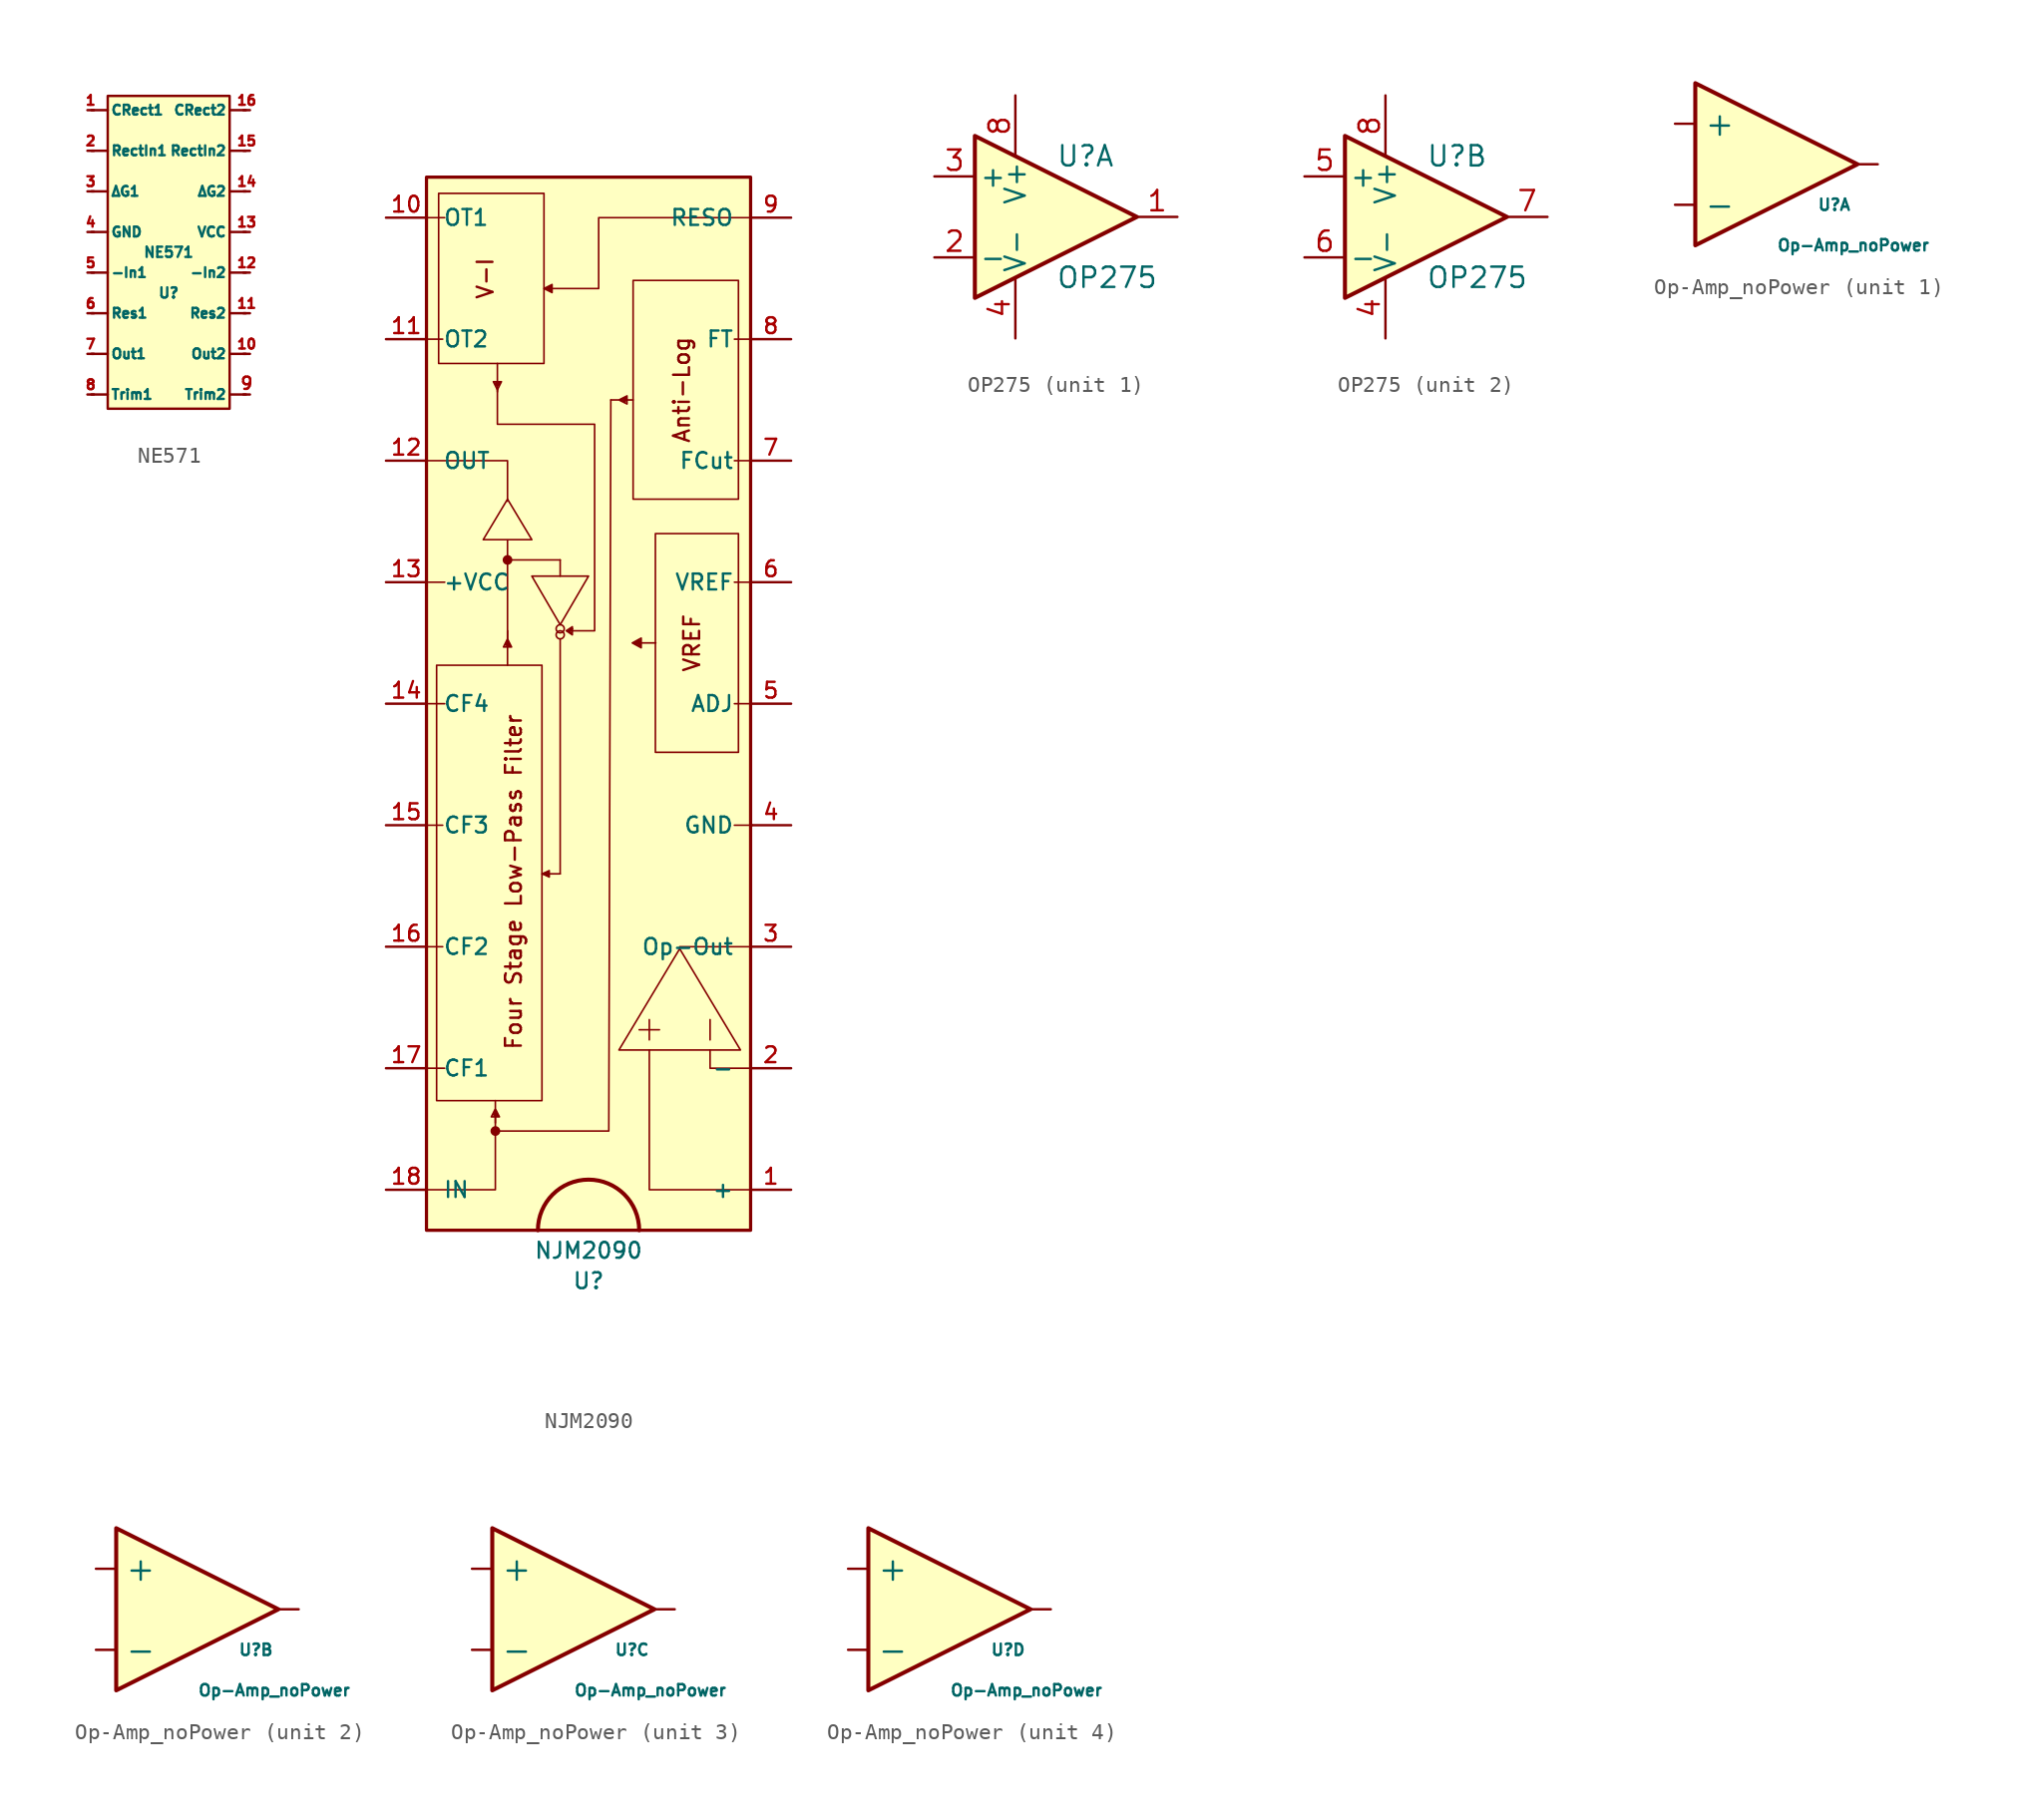
<source format=kicad_sym>
(kicad_symbol_lib
  (version 20220914)
  (generator kicad_symbol_editor)
  (symbol "NE571"
    (pin_names
      (offset 1.016))
    (property "Reference" "U"
      (at 0 -2.54 0)
      (effects (font (size 0.635 0.635))))
    (property "Value" "NE571"
      (at 0 0 0)
      (effects (font (size 0.635 0.635))))
    (symbol "NE571_0_1"
      (polyline (pts (xy -4.826 -8.89) (xy -3.81 -8.89)) (stroke (width 0) (type solid)) (fill (type none)))
      (polyline (pts (xy -4.826 -6.35) (xy -3.81 -6.35)) (stroke (width 0) (type solid)) (fill (type none)))
      (polyline (pts (xy -4.826 -3.81) (xy -3.81 -3.81)) (stroke (width 0) (type solid)) (fill (type none)))
      (polyline (pts (xy -4.826 -1.27) (xy -3.81 -1.27)) (stroke (width 0) (type solid)) (fill (type none)))
      (polyline (pts (xy -4.826 1.27) (xy -3.81 1.27)) (stroke (width 0) (type solid)) (fill (type none)))
      (polyline (pts (xy -4.826 3.81) (xy -3.81 3.81)) (stroke (width 0) (type solid)) (fill (type none)))
      (polyline (pts (xy -4.826 6.35) (xy -3.81 6.35)) (stroke (width 0) (type solid)) (fill (type none)))
      (polyline (pts (xy -4.826 8.89) (xy -3.81 8.89)) (stroke (width 0) (type solid)) (fill (type none)))
      (polyline (pts (xy 4.826 -8.89) (xy 3.81 -8.89)) (stroke (width 0) (type solid)) (fill (type none)))
      (polyline (pts (xy 4.826 -6.35) (xy 3.81 -6.35)) (stroke (width 0) (type solid)) (fill (type none)))
      (polyline (pts (xy 4.826 -3.81) (xy 3.81 -3.81)) (stroke (width 0) (type solid)) (fill (type none)))
      (polyline (pts (xy 4.826 -1.27) (xy 3.81 -1.27)) (stroke (width 0) (type solid)) (fill (type none)))
      (polyline (pts (xy 4.826 1.27) (xy 3.81 1.27)) (stroke (width 0) (type solid)) (fill (type none)))
      (polyline (pts (xy 4.826 3.81) (xy 3.81 3.81)) (stroke (width 0) (type solid)) (fill (type none)))
      (polyline (pts (xy 4.826 6.35) (xy 3.81 6.35)) (stroke (width 0) (type solid)) (fill (type none)))
      (polyline (pts (xy 4.826 8.89) (xy 3.81 8.89)) (stroke (width 0) (type solid)) (fill (type none))))
    (symbol "NE571_1_0"
      (rectangle (start -3.81 -9.779) (end 3.81 9.779) (stroke (width 0) (type solid)) (fill (type background))))
    (symbol "NE571_1_1"
      (pin input line (at -5.08 8.89 0) (length 0.406) (name "CRect1" (effects (font (size 0.61 0.61)))) (number "1" (effects (font (size 0.61 0.61)))))
      (pin output line (at 5.08 -6.35 180) (length 0.406) (name "Out2" (effects (font (size 0.61 0.61)))) (number "10" (effects (font (size 0.61 0.61)))))
      (pin input line (at 5.08 -3.81 180) (length 0.406) (name "Res2" (effects (font (size 0.61 0.61)))) (number "11" (effects (font (size 0.61 0.61)))))
      (pin input line (at 5.08 -1.27 180) (length 0.406) (name "-In2" (effects (font (size 0.61 0.61)))) (number "12" (effects (font (size 0.61 0.61)))))
      (pin power_in line (at 5.08 1.27 180) (length 0.406) (name "VCC" (effects (font (size 0.61 0.61)))) (number "13" (effects (font (size 0.61 0.61)))))
      (pin input line (at 5.08 3.81 180) (length 0.406) (name "ΔG2" (effects (font (size 0.61 0.61)))) (number "14" (effects (font (size 0.61 0.61)))))
      (pin input line (at 5.08 6.35 180) (length 0.406) (name "RectIn2" (effects (font (size 0.61 0.61)))) (number "15" (effects (font (size 0.61 0.61)))))
      (pin input line (at 5.08 8.89 180) (length 0.406) (name "CRect2" (effects (font (size 0.61 0.61)))) (number "16" (effects (font (size 0.61 0.61)))))
      (pin input line (at -5.08 6.35 0) (length 0.406) (name "RectIn1" (effects (font (size 0.61 0.61)))) (number "2" (effects (font (size 0.61 0.61)))))
      (pin input line (at -5.08 3.81 0) (length 0.406) (name "ΔG1" (effects (font (size 0.61 0.61)))) (number "3" (effects (font (size 0.61 0.61)))))
      (pin power_in line (at -5.08 1.27 0) (length 0.406) (name "GND" (effects (font (size 0.61 0.61)))) (number "4" (effects (font (size 0.61 0.61)))))
      (pin input line (at -5.08 -1.27 0) (length 0.406) (name "-In1" (effects (font (size 0.61 0.61)))) (number "5" (effects (font (size 0.61 0.61)))))
      (pin input line (at -5.08 -3.81 0) (length 0.406) (name "Res1" (effects (font (size 0.61 0.61)))) (number "6" (effects (font (size 0.61 0.61)))))
      (pin output line (at -5.08 -6.35 0) (length 0.406) (name "Out1" (effects (font (size 0.61 0.61)))) (number "7" (effects (font (size 0.61 0.61)))))
      (pin input line (at -5.08 -8.89 0) (length 0.406) (name "Trim1" (effects (font (size 0.61 0.61)))) (number "8" (effects (font (size 0.61 0.61)))))
      (pin input line (at 5.08 -8.89 180) (length 0.406) (name "Trim2" (effects (font (size 0.61 0.61)))) (number "9" (effects (font (size 0.762 0.762)))))))
  (symbol "NJM2090"
    (pin_names
      (offset 1.016))
    (property "Reference" "U"
      (at 0 -36.195 0)
      (effects (font (size 0.991 0.991))))
    (property "Value" "NJM2090"
      (at 0 -34.29 0)
      (effects (font (size 0.991 0.991))))
    (symbol "NJM2090_0_0"
      (circle (center -5.842 -26.797) (radius 0.254) (stroke (width 0.102) (type solid)) (fill (type outline)))
      (circle (center -5.08 9.017) (radius 0.254) (stroke (width 0.102) (type solid)) (fill (type outline)))
      (circle (center -1.778 4.318) (radius 0.254) (stroke (width 0.102) (type solid)) (fill (type none)))
      (circle (center -1.778 4.699) (radius 0.254) (stroke (width 0.102) (type solid)) (fill (type none)))
      (rectangle (start -1.778 8.001) (end -1.778 9.017) (stroke (width 0.102) (type solid)) (fill (type none)))
      (polyline (pts (xy -10.16 -22.86) (xy -9.017 -22.86)) (stroke (width 0.102) (type solid)) (fill (type none)))
      (polyline (pts (xy -10.16 -15.24) (xy -9.144 -15.24)) (stroke (width 0.102) (type solid)) (fill (type none)))
      (polyline (pts (xy -10.16 -7.62) (xy -9.144 -7.62)) (stroke (width 0.102) (type solid)) (fill (type none)))
      (polyline (pts (xy -10.16 22.86) (xy -9.144 22.86)) (stroke (width 0.102) (type solid)) (fill (type none)))
      (polyline (pts (xy -10.16 30.48) (xy -9.017 30.48)) (stroke (width 0.102) (type solid)) (fill (type none)))
      (polyline (pts (xy -10.033 0) (xy -9.017 0)) (stroke (width 0.102) (type solid)) (fill (type none)))
      (polyline (pts (xy -10.033 7.62) (xy -9.017 7.62)) (stroke (width 0.102) (type solid)) (fill (type none)))
      (polyline (pts (xy -1.778 4.064) (xy -1.778 -10.668)) (stroke (width 0.102) (type solid)) (fill (type none)))
      (polyline (pts (xy -1.778 9.017) (xy -5.08 9.017)) (stroke (width 0.102) (type solid)) (fill (type none)))
      (polyline (pts (xy 10.16 0) (xy 9.144 0)) (stroke (width 0.102) (type solid)) (fill (type none)))
      (polyline (pts (xy 10.16 15.24) (xy 9.144 15.24)) (stroke (width 0.102) (type solid)) (fill (type none)))
      (polyline (pts (xy 10.16 22.86) (xy 9.144 22.86)) (stroke (width 0.102) (type solid)) (fill (type none)))
      (polyline (pts (xy 10.287 -7.62) (xy 9.144 -7.62)) (stroke (width 0.102) (type solid)) (fill (type none)))
      (polyline (pts (xy 10.287 7.62) (xy 9.144 7.62)) (stroke (width 0.102) (type solid)) (fill (type none)))
      (polyline (pts (xy -10.16 -30.48) (xy -5.842 -30.48) (xy -5.842 -26.797)) (stroke (width 0.102) (type solid)) (fill (type none)))
      (polyline (pts (xy -1.016 4.572) (xy -1.143 4.699) (xy -1.016 4.699)) (stroke (width 0.102) (type solid)) (fill (type none)))
      (polyline (pts (xy -2.87 -10.668) (xy -2.464 -10.871) (xy -2.464 -10.465) (xy -2.87 -10.668)) (stroke (width 0.102) (type solid)) (fill (type none)))
      (polyline (pts (xy -1.778 4.953) (xy -3.556 8.001) (xy 0 8.001) (xy -1.778 4.953)) (stroke (width 0.102) (type solid)) (fill (type none)))
      (polyline (pts (xy 1.397 19.05) (xy 1.27 -26.797) (xy -5.842 -26.797) (xy -5.842 -25.654)) (stroke (width 0.102) (type solid)) (fill (type none)))
      (polyline (pts (xy -1.778 -10.668) (xy -2.921 -10.668) (xy -2.54 -10.795) (xy -2.54 -10.541) (xy -2.921 -10.668)) (stroke (width 0.102) (type solid)) (fill (type none)))
      (polyline (pts (xy -5.715 19.812) (xy -5.715 17.526) (xy 0.381 17.526) (xy 0.381 4.572) (xy -1.27 4.572) (xy -1.016 4.699)) (stroke (width 0.102) (type solid)) (fill (type none)))
      (polyline (pts (xy -5.08 3.683) (xy -5.08 10.287) (xy -6.604 10.287) (xy -5.08 12.827) (xy -3.556 10.287) (xy -5.08 10.287)) (stroke (width 0.102) (type solid)) (fill (type none)))
      (polyline (pts (xy -1.397 4.572) (xy -1.016 4.318) (xy -1.016 4.826) (xy -1.397 4.572) (xy -1.016 4.445) (xy -1.016 4.699)) (stroke (width 0.102) (type solid)) (fill (type none)))
      (polyline (pts (xy 4.216 3.81) (xy 2.743 3.81) (xy 3.302 3.505) (xy 3.302 4.064) (xy 3.302 4.115) (xy 2.743 3.81) (xy 3.2 3.607) (xy 3.251 3.962) (xy 2.997 3.861) (xy 3.2 3.708) (xy 3.15 3.912) (xy 3.048 3.708) (xy 2.997 3.81)) (stroke (width 0.102) (type solid)) (fill (type none)))
      (rectangle (start 9.398 -3.048) (end 4.191 10.668) (stroke (width 0.102) (type solid)) (fill (type none)))
      (text "Anti-Log" (at 5.842 19.685 900) (effects (font (size 0.991 0.991))))
      (text "Four Stage Low-Pass Filter" (at -4.699 -11.176 900) (effects (font (size 0.991 0.991))))
      (text "V-I" (at -6.477 26.67 900) (effects (font (size 0.991 0.991))))
      (text "VREF" (at 6.477 3.81 900) (effects (font (size 0.991 0.991)))))
    (symbol "NJM2090_0_1"
      (rectangle (start -9.525 2.413) (end -2.921 -24.892) (stroke (width 0.102) (type solid)) (fill (type none)))
      (rectangle (start -9.398 32.004) (end -2.794 21.336) (stroke (width 0.102) (type solid)) (fill (type none)))
      (polyline (pts (xy -5.715 21.336) (xy -5.715 19.558)) (stroke (width 0.102) (type solid)) (fill (type none)))
      (polyline (pts (xy 3.81 -19.812) (xy 3.81 -21.082)) (stroke (width 0.102) (type solid)) (fill (type none)))
      (polyline (pts (xy 4.445 -20.447) (xy 3.175 -20.447)) (stroke (width 0.102) (type solid)) (fill (type none)))
      (polyline (pts (xy 7.62 -19.812) (xy 7.62 -21.082)) (stroke (width 0.102) (type solid)) (fill (type none)))
      (polyline (pts (xy 10.16 -15.24) (xy 5.715 -15.24)) (stroke (width 0.102) (type solid)) (fill (type none)))
      (polyline (pts (xy -5.08 12.7) (xy -5.08 15.24) (xy -10.16 15.24)) (stroke (width 0.102) (type solid)) (fill (type none)))
      (polyline (pts (xy 7.62 -21.717) (xy 7.62 -22.86) (xy 10.16 -22.86)) (stroke (width 0.102) (type solid)) (fill (type none)))
      (polyline (pts (xy 10.287 -30.48) (xy 3.81 -30.48) (xy 3.81 -21.717)) (stroke (width 0.102) (type solid)) (fill (type none)))
      (polyline (pts (xy 10.16 30.48) (xy 0.635 30.48) (xy 0.635 26.035) (xy -2.54 26.035)) (stroke (width 0.102) (type solid)) (fill (type none)))
      (polyline (pts (xy 5.715 -21.717) (xy 9.525 -21.717) (xy 5.715 -15.367) (xy 1.905 -21.717) (xy 5.715 -21.717)) (stroke (width 0.102) (type solid)) (fill (type none)))
      (polyline (pts (xy -2.54 26.035) (xy -2.794 26.035) (xy -2.286 26.289) (xy -2.286 25.781) (xy -2.794 26.035) (xy -2.286 26.162) (xy -2.413 25.908) (xy -2.54 26.035) (xy -2.413 26.035) (xy -2.286 25.781)) (stroke (width 0.102) (type solid)) (fill (type none)))
      (polyline (pts (xy -5.842 -24.892) (xy -5.842 -26.289) (xy -5.842 -25.908) (xy -5.588 -25.908) (xy -5.842 -25.4) (xy -6.096 -25.908) (xy -5.842 -25.908) (xy -5.715 -25.781) (xy -5.842 -25.654) (xy -5.969 -25.781) (xy -5.588 -25.908) (xy -5.969 -25.908)) (stroke (width 0.102) (type solid)) (fill (type none)))
      (polyline (pts (xy -5.08 4.572) (xy -5.08 2.413) (xy -5.08 3.556) (xy -4.826 3.556) (xy -5.08 4.064) (xy -5.334 3.556) (xy -5.08 3.556) (xy -4.953 3.683) (xy -5.08 3.81) (xy -5.207 3.683) (xy -4.826 3.556) (xy -5.207 3.556)) (stroke (width 0.102) (type solid)) (fill (type none)))
      (polyline (pts (xy 1.397 19.05) (xy 2.794 19.05) (xy 2.413 19.05) (xy 2.413 19.304) (xy 1.905 19.05) (xy 2.413 18.796) (xy 2.413 19.05) (xy 2.286 19.177) (xy 2.159 19.05) (xy 2.286 18.923) (xy 2.413 19.304) (xy 2.413 18.923)) (stroke (width 0.102) (type solid)) (fill (type none)))
      (polyline (pts (xy -5.715 20.193) (xy -5.461 20.193) (xy -5.715 19.685) (xy -5.969 20.193) (xy -5.715 20.193) (xy -5.588 20.066) (xy -5.715 19.939) (xy -5.842 20.066) (xy -5.461 20.193) (xy -5.842 20.066) (xy -5.715 19.939) (xy -5.842 20.193) (xy -5.588 19.939)) (stroke (width 0.102) (type solid)) (fill (type none)))
      (arc (start 3.175 -33.02) (mid 0 -29.8588) (end -3.175 -33.02) (stroke (width 0.254) (type solid)) (fill (type none)))
      (rectangle (start 9.398 12.827) (end 2.794 26.543) (stroke (width 0.102) (type solid)) (fill (type none)))
      (rectangle (start 10.16 -33.02) (end -10.16 33.02) (stroke (width 0.203) (type solid)) (fill (type background))))
    (symbol "NJM2090_1_1"
      (pin input line (at 12.7 -30.48 180) (length 2.54) (name "+" (effects (font (size 0.991 0.991)))) (number "1" (effects (font (size 0.991 0.991)))))
      (pin unspecified line (at -12.7 30.48 0) (length 2.54) (name "OT1" (effects (font (size 0.991 0.991)))) (number "10" (effects (font (size 0.991 0.991)))))
      (pin unspecified line (at -12.7 22.86 0) (length 2.54) (name "OT2" (effects (font (size 0.991 0.991)))) (number "11" (effects (font (size 0.991 0.991)))))
      (pin output line (at -12.7 15.24 0) (length 2.54) (name "OUT" (effects (font (size 0.991 0.991)))) (number "12" (effects (font (size 0.991 0.991)))))
      (pin power_in line (at -12.7 7.62 0) (length 2.54) (name "+VCC" (effects (font (size 0.991 0.991)))) (number "13" (effects (font (size 0.991 0.991)))))
      (pin unspecified line (at -12.7 0 0) (length 2.54) (name "CF4" (effects (font (size 0.991 0.991)))) (number "14" (effects (font (size 0.991 0.991)))))
      (pin unspecified line (at -12.7 -7.62 0) (length 2.54) (name "CF3" (effects (font (size 0.991 0.991)))) (number "15" (effects (font (size 0.991 0.991)))))
      (pin unspecified line (at -12.7 -15.24 0) (length 2.54) (name "CF2" (effects (font (size 0.991 0.991)))) (number "16" (effects (font (size 0.991 0.991)))))
      (pin unspecified line (at -12.7 -22.86 0) (length 2.54) (name "CF1" (effects (font (size 0.991 0.991)))) (number "17" (effects (font (size 0.991 0.991)))))
      (pin input line (at -12.7 -30.48 0) (length 2.54) (name "IN" (effects (font (size 0.991 0.991)))) (number "18" (effects (font (size 0.991 0.991)))))
      (pin input line (at 12.7 -22.86 180) (length 2.54) (name "-" (effects (font (size 0.991 0.991)))) (number "2" (effects (font (size 0.991 0.991)))))
      (pin output line (at 12.7 -15.24 180) (length 2.54) (name "Op-Out" (effects (font (size 0.991 0.991)))) (number "3" (effects (font (size 0.991 0.991)))))
      (pin power_in line (at 12.7 -7.62 180) (length 2.54) (name "GND" (effects (font (size 0.991 0.991)))) (number "4" (effects (font (size 0.991 0.991)))))
      (pin unspecified line (at 12.7 0 180) (length 2.54) (name "ADJ" (effects (font (size 0.991 0.991)))) (number "5" (effects (font (size 0.991 0.991)))))
      (pin unspecified line (at 12.7 7.62 180) (length 2.54) (name "VREF" (effects (font (size 0.991 0.991)))) (number "6" (effects (font (size 0.991 0.991)))))
      (pin input line (at 12.7 15.24 180) (length 2.54) (name "FCut" (effects (font (size 0.991 0.991)))) (number "7" (effects (font (size 0.991 0.991)))))
      (pin input line (at 12.7 22.86 180) (length 2.54) (name "FT" (effects (font (size 0.991 0.991)))) (number "8" (effects (font (size 0.991 0.991)))))
      (pin input line (at 12.7 30.48 180) (length 2.54) (name "RESO" (effects (font (size 0.991 0.991)))) (number "9" (effects (font (size 0.991 0.991)))))))
  (symbol "OP275"
    (pin_names
      (offset 0.254))
    (property "Reference" "U"
      (at 0 3.81 0)
      (effects (font (size 1.27 1.27)) (justify left)))
    (property "Value" "OP275"
      (at 0 -3.81 0)
      (effects (font (size 1.27 1.27)) (justify left)))
    (symbol "OP275_0_1"
      (polyline (pts (xy -5.08 5.08) (xy 5.08 0) (xy -5.08 -5.08) (xy -5.08 5.08)) (stroke (width 0.254) (type solid)) (fill (type background)))
      (pin power_in line (at -2.54 -7.62 90) (length 3.81) (name "V-" (effects (font (size 1.27 1.27)))) (number "4" (effects (font (size 1.27 1.27)))))
      (pin power_in line (at -2.54 7.62 270) (length 3.81) (name "V+" (effects (font (size 1.27 1.27)))) (number "8" (effects (font (size 1.27 1.27))))))
    (symbol "OP275_1_1"
      (pin output line (at 7.62 0 180) (length 2.54) (name "~" (effects (font (size 1.27 1.27)))) (number "1" (effects (font (size 1.27 1.27)))))
      (pin input line (at -7.62 -2.54 0) (length 2.54) (name "-" (effects (font (size 1.27 1.27)))) (number "2" (effects (font (size 1.27 1.27)))))
      (pin input line (at -7.62 2.54 0) (length 2.54) (name "+" (effects (font (size 1.27 1.27)))) (number "3" (effects (font (size 1.27 1.27))))))
    (symbol "OP275_2_1"
      (pin input line (at -7.62 2.54 0) (length 2.54) (name "+" (effects (font (size 1.27 1.27)))) (number "5" (effects (font (size 1.27 1.27)))))
      (pin input line (at -7.62 -2.54 0) (length 2.54) (name "-" (effects (font (size 1.27 1.27)))) (number "6" (effects (font (size 1.27 1.27)))))
      (pin output line (at 7.62 0 180) (length 2.54) (name "~" (effects (font (size 1.27 1.27)))) (number "7" (effects (font (size 1.27 1.27)))))))
  (symbol "Op-Amp_noPower"
    (pin_numbers hide)
    (property "Reference" "U"
      (at 2.54 -2.54 0)
      (effects (font (size 0.711 0.711)) (justify left)))
    (property "Value" "Op-Amp_noPower"
      (at 0 -5.08 0)
      (effects (font (size 0.711 0.711)) (justify left)))
    (symbol "Op-Amp_noPower_0_1"
      (polyline (pts (xy -5.08 5.08) (xy 5.08 0) (xy -5.08 -5.08) (xy -5.08 5.08)) (stroke (width 0.254) (type solid)) (fill (type background))))
    (symbol "Op-Amp_noPower_1_1"
      (pin output line (at 6.35 0 180) (length 1.27) (name "~" (effects (font (size 0.991 0.991)))) (number "1" (effects (font (size 0.991 0.991)))))
      (pin input line (at -6.35 -2.54 0) (length 1.27) (name "-" (effects (font (size 1.499 1.499)))) (number "2" (effects (font (size 0.991 0.991)))))
      (pin input line (at -6.35 2.54 0) (length 1.27) (name "+" (effects (font (size 1.499 1.499)))) (number "3" (effects (font (size 0.991 0.991))))))
    (symbol "Op-Amp_noPower_2_1"
      (pin output line (at 6.35 0 180) (length 1.27) (name "~" (effects (font (size 0.991 0.991)))) (number "1" (effects (font (size 0.991 0.991)))))
      (pin input line (at -6.35 -2.54 0) (length 1.27) (name "-" (effects (font (size 1.499 1.499)))) (number "2" (effects (font (size 0.991 0.991)))))
      (pin input line (at -6.35 2.54 0) (length 1.27) (name "+" (effects (font (size 1.499 1.499)))) (number "3" (effects (font (size 0.991 0.991))))))
    (symbol "Op-Amp_noPower_3_1"
      (pin output line (at 6.35 0 180) (length 1.27) (name "~" (effects (font (size 0.991 0.991)))) (number "1" (effects (font (size 0.991 0.991)))))
      (pin input line (at -6.35 -2.54 0) (length 1.27) (name "-" (effects (font (size 1.499 1.499)))) (number "2" (effects (font (size 0.991 0.991)))))
      (pin input line (at -6.35 2.54 0) (length 1.27) (name "+" (effects (font (size 1.499 1.499)))) (number "3" (effects (font (size 0.991 0.991))))))
    (symbol "Op-Amp_noPower_4_1"
      (pin output line (at 6.35 0 180) (length 1.27) (name "~" (effects (font (size 0.991 0.991)))) (number "1" (effects (font (size 0.991 0.991)))))
      (pin input line (at -6.35 -2.54 0) (length 1.27) (name "-" (effects (font (size 1.499 1.499)))) (number "2" (effects (font (size 0.991 0.991)))))
      (pin input line (at -6.35 2.54 0) (length 1.27) (name "+" (effects (font (size 1.499 1.499)))) (number "3" (effects (font (size 0.991 0.991))))))))
</source>
